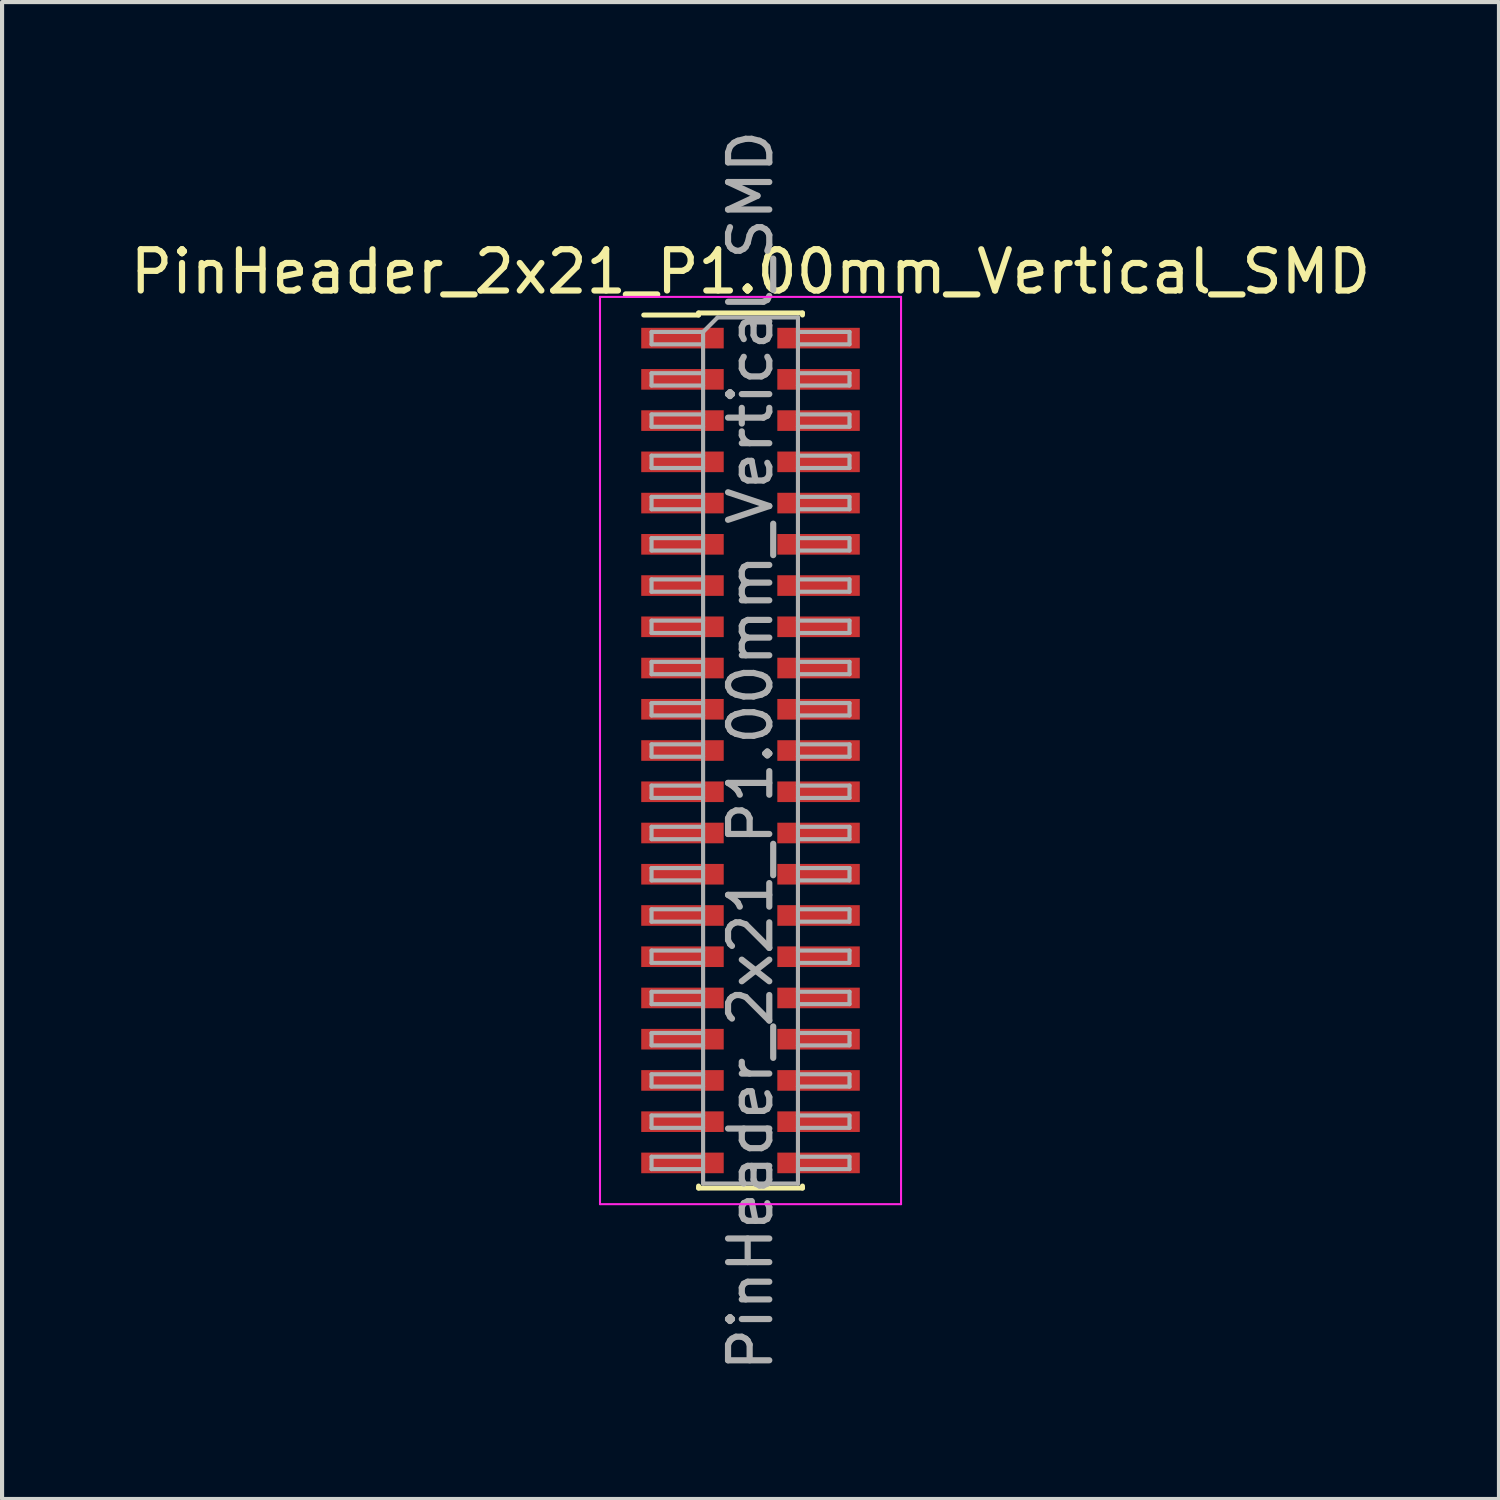
<source format=kicad_pcb>
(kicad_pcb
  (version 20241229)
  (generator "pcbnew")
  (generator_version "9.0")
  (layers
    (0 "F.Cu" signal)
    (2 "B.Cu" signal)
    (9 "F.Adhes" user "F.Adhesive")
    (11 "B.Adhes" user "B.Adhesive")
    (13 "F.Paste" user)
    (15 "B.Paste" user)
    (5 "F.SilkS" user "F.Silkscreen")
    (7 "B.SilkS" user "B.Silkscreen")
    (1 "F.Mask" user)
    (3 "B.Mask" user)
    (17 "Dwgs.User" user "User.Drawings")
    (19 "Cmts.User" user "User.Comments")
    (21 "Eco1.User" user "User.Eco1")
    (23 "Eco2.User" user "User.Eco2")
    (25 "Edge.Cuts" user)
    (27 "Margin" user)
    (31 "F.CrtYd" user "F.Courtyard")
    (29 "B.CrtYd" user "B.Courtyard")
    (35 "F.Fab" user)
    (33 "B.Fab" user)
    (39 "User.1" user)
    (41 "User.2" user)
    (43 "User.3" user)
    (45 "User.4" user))
  (footprint "PinHeader_2x21_P1.00mm_Vertical_SMD"
    (layer "F.Cu")
    (at 15.149 15.149)
    (property "Reference" "PinHeader_2x21_P1.00mm_Vertical_SMD" (at 0 -11.61 0) (layer "F.SilkS") (effects (font (size 1 1) (thickness 0.15))))
    (attr smd)
    (fp_line (start -2.59 -10.56) (end -1.26 -10.56) (stroke (width 0.12) (type solid)) (layer "F.SilkS"))
    (fp_line (start -1.26 -10.61) (end -1.26 -10.56) (stroke (width 0.12) (type solid)) (layer "F.SilkS"))
    (fp_line (start -1.26 -10.61) (end 1.26 -10.61) (stroke (width 0.12) (type solid)) (layer "F.SilkS"))
    (fp_line (start -1.26 10.56) (end -1.26 10.61) (stroke (width 0.12) (type solid)) (layer "F.SilkS"))
    (fp_line (start -1.26 10.61) (end 1.26 10.61) (stroke (width 0.12) (type solid)) (layer "F.SilkS"))
    (fp_line (start 1.26 -10.61) (end 1.26 -10.56) (stroke (width 0.12) (type solid)) (layer "F.SilkS"))
    (fp_line (start 1.26 10.56) (end 1.26 10.61) (stroke (width 0.12) (type solid)) (layer "F.SilkS"))
    (fp_line (start -3.65 -11) (end -3.65 11) (stroke (width 0.05) (type solid)) (layer "F.CrtYd"))
    (fp_line (start -3.65 11) (end 3.65 11) (stroke (width 0.05) (type solid)) (layer "F.CrtYd"))
    (fp_line (start 3.65 -11) (end -3.65 -11) (stroke (width 0.05) (type solid)) (layer "F.CrtYd"))
    (fp_line (start 3.65 11) (end 3.65 -11) (stroke (width 0.05) (type solid)) (layer "F.CrtYd"))
    (fp_line (start -2.4 -10.15) (end -2.4 -9.85) (stroke (width 0.1) (type solid)) (layer "F.Fab"))
    (fp_line (start -2.4 -9.85) (end -1.15 -9.85) (stroke (width 0.1) (type solid)) (layer "F.Fab"))
    (fp_line (start -2.4 -9.15) (end -2.4 -8.85) (stroke (width 0.1) (type solid)) (layer "F.Fab"))
    (fp_line (start -2.4 -8.85) (end -1.15 -8.85) (stroke (width 0.1) (type solid)) (layer "F.Fab"))
    (fp_line (start -2.4 -8.15) (end -2.4 -7.85) (stroke (width 0.1) (type solid)) (layer "F.Fab"))
    (fp_line (start -2.4 -7.85) (end -1.15 -7.85) (stroke (width 0.1) (type solid)) (layer "F.Fab"))
    (fp_line (start -2.4 -7.15) (end -2.4 -6.85) (stroke (width 0.1) (type solid)) (layer "F.Fab"))
    (fp_line (start -2.4 -6.85) (end -1.15 -6.85) (stroke (width 0.1) (type solid)) (layer "F.Fab"))
    (fp_line (start -2.4 -6.15) (end -2.4 -5.85) (stroke (width 0.1) (type solid)) (layer "F.Fab"))
    (fp_line (start -2.4 -5.85) (end -1.15 -5.85) (stroke (width 0.1) (type solid)) (layer "F.Fab"))
    (fp_line (start -2.4 -5.15) (end -2.4 -4.85) (stroke (width 0.1) (type solid)) (layer "F.Fab"))
    (fp_line (start -2.4 -4.85) (end -1.15 -4.85) (stroke (width 0.1) (type solid)) (layer "F.Fab"))
    (fp_line (start -2.4 -4.15) (end -2.4 -3.85) (stroke (width 0.1) (type solid)) (layer "F.Fab"))
    (fp_line (start -2.4 -3.85) (end -1.15 -3.85) (stroke (width 0.1) (type solid)) (layer "F.Fab"))
    (fp_line (start -2.4 -3.15) (end -2.4 -2.85) (stroke (width 0.1) (type solid)) (layer "F.Fab"))
    (fp_line (start -2.4 -2.85) (end -1.15 -2.85) (stroke (width 0.1) (type solid)) (layer "F.Fab"))
    (fp_line (start -2.4 -2.15) (end -2.4 -1.85) (stroke (width 0.1) (type solid)) (layer "F.Fab"))
    (fp_line (start -2.4 -1.85) (end -1.15 -1.85) (stroke (width 0.1) (type solid)) (layer "F.Fab"))
    (fp_line (start -2.4 -1.15) (end -2.4 -0.85) (stroke (width 0.1) (type solid)) (layer "F.Fab"))
    (fp_line (start -2.4 -0.85) (end -1.15 -0.85) (stroke (width 0.1) (type solid)) (layer "F.Fab"))
    (fp_line (start -2.4 -0.15) (end -2.4 0.15) (stroke (width 0.1) (type solid)) (layer "F.Fab"))
    (fp_line (start -2.4 0.15) (end -1.15 0.15) (stroke (width 0.1) (type solid)) (layer "F.Fab"))
    (fp_line (start -2.4 0.85) (end -2.4 1.15) (stroke (width 0.1) (type solid)) (layer "F.Fab"))
    (fp_line (start -2.4 1.15) (end -1.15 1.15) (stroke (width 0.1) (type solid)) (layer "F.Fab"))
    (fp_line (start -2.4 1.85) (end -2.4 2.15) (stroke (width 0.1) (type solid)) (layer "F.Fab"))
    (fp_line (start -2.4 2.15) (end -1.15 2.15) (stroke (width 0.1) (type solid)) (layer "F.Fab"))
    (fp_line (start -2.4 2.85) (end -2.4 3.15) (stroke (width 0.1) (type solid)) (layer "F.Fab"))
    (fp_line (start -2.4 3.15) (end -1.15 3.15) (stroke (width 0.1) (type solid)) (layer "F.Fab"))
    (fp_line (start -2.4 3.85) (end -2.4 4.15) (stroke (width 0.1) (type solid)) (layer "F.Fab"))
    (fp_line (start -2.4 4.15) (end -1.15 4.15) (stroke (width 0.1) (type solid)) (layer "F.Fab"))
    (fp_line (start -2.4 4.85) (end -2.4 5.15) (stroke (width 0.1) (type solid)) (layer "F.Fab"))
    (fp_line (start -2.4 5.15) (end -1.15 5.15) (stroke (width 0.1) (type solid)) (layer "F.Fab"))
    (fp_line (start -2.4 5.85) (end -2.4 6.15) (stroke (width 0.1) (type solid)) (layer "F.Fab"))
    (fp_line (start -2.4 6.15) (end -1.15 6.15) (stroke (width 0.1) (type solid)) (layer "F.Fab"))
    (fp_line (start -2.4 6.85) (end -2.4 7.15) (stroke (width 0.1) (type solid)) (layer "F.Fab"))
    (fp_line (start -2.4 7.15) (end -1.15 7.15) (stroke (width 0.1) (type solid)) (layer "F.Fab"))
    (fp_line (start -2.4 7.85) (end -2.4 8.15) (stroke (width 0.1) (type solid)) (layer "F.Fab"))
    (fp_line (start -2.4 8.15) (end -1.15 8.15) (stroke (width 0.1) (type solid)) (layer "F.Fab"))
    (fp_line (start -2.4 8.85) (end -2.4 9.15) (stroke (width 0.1) (type solid)) (layer "F.Fab"))
    (fp_line (start -2.4 9.15) (end -1.15 9.15) (stroke (width 0.1) (type solid)) (layer "F.Fab"))
    (fp_line (start -2.4 9.85) (end -2.4 10.15) (stroke (width 0.1) (type solid)) (layer "F.Fab"))
    (fp_line (start -2.4 10.15) (end -1.15 10.15) (stroke (width 0.1) (type solid)) (layer "F.Fab"))
    (fp_line (start -1.15 -10.15) (end -2.4 -10.15) (stroke (width 0.1) (type solid)) (layer "F.Fab"))
    (fp_line (start -1.15 -10.15) (end -0.8 -10.5) (stroke (width 0.1) (type solid)) (layer "F.Fab"))
    (fp_line (start -1.15 -9.15) (end -2.4 -9.15) (stroke (width 0.1) (type solid)) (layer "F.Fab"))
    (fp_line (start -1.15 -8.15) (end -2.4 -8.15) (stroke (width 0.1) (type solid)) (layer "F.Fab"))
    (fp_line (start -1.15 -7.15) (end -2.4 -7.15) (stroke (width 0.1) (type solid)) (layer "F.Fab"))
    (fp_line (start -1.15 -6.15) (end -2.4 -6.15) (stroke (width 0.1) (type solid)) (layer "F.Fab"))
    (fp_line (start -1.15 -5.15) (end -2.4 -5.15) (stroke (width 0.1) (type solid)) (layer "F.Fab"))
    (fp_line (start -1.15 -4.15) (end -2.4 -4.15) (stroke (width 0.1) (type solid)) (layer "F.Fab"))
    (fp_line (start -1.15 -3.15) (end -2.4 -3.15) (stroke (width 0.1) (type solid)) (layer "F.Fab"))
    (fp_line (start -1.15 -2.15) (end -2.4 -2.15) (stroke (width 0.1) (type solid)) (layer "F.Fab"))
    (fp_line (start -1.15 -1.15) (end -2.4 -1.15) (stroke (width 0.1) (type solid)) (layer "F.Fab"))
    (fp_line (start -1.15 -0.15) (end -2.4 -0.15) (stroke (width 0.1) (type solid)) (layer "F.Fab"))
    (fp_line (start -1.15 0.85) (end -2.4 0.85) (stroke (width 0.1) (type solid)) (layer "F.Fab"))
    (fp_line (start -1.15 1.85) (end -2.4 1.85) (stroke (width 0.1) (type solid)) (layer "F.Fab"))
    (fp_line (start -1.15 2.85) (end -2.4 2.85) (stroke (width 0.1) (type solid)) (layer "F.Fab"))
    (fp_line (start -1.15 3.85) (end -2.4 3.85) (stroke (width 0.1) (type solid)) (layer "F.Fab"))
    (fp_line (start -1.15 4.85) (end -2.4 4.85) (stroke (width 0.1) (type solid)) (layer "F.Fab"))
    (fp_line (start -1.15 5.85) (end -2.4 5.85) (stroke (width 0.1) (type solid)) (layer "F.Fab"))
    (fp_line (start -1.15 6.85) (end -2.4 6.85) (stroke (width 0.1) (type solid)) (layer "F.Fab"))
    (fp_line (start -1.15 7.85) (end -2.4 7.85) (stroke (width 0.1) (type solid)) (layer "F.Fab"))
    (fp_line (start -1.15 8.85) (end -2.4 8.85) (stroke (width 0.1) (type solid)) (layer "F.Fab"))
    (fp_line (start -1.15 9.85) (end -2.4 9.85) (stroke (width 0.1) (type solid)) (layer "F.Fab"))
    (fp_line (start -1.15 10.5) (end -1.15 -10.15) (stroke (width 0.1) (type solid)) (layer "F.Fab"))
    (fp_line (start -0.8 -10.5) (end 1.15 -10.5) (stroke (width 0.1) (type solid)) (layer "F.Fab"))
    (fp_line (start 1.15 -10.5) (end 1.15 10.5) (stroke (width 0.1) (type solid)) (layer "F.Fab"))
    (fp_line (start 1.15 -10.15) (end 2.4 -10.15) (stroke (width 0.1) (type solid)) (layer "F.Fab"))
    (fp_line (start 1.15 -9.15) (end 2.4 -9.15) (stroke (width 0.1) (type solid)) (layer "F.Fab"))
    (fp_line (start 1.15 -8.15) (end 2.4 -8.15) (stroke (width 0.1) (type solid)) (layer "F.Fab"))
    (fp_line (start 1.15 -7.15) (end 2.4 -7.15) (stroke (width 0.1) (type solid)) (layer "F.Fab"))
    (fp_line (start 1.15 -6.15) (end 2.4 -6.15) (stroke (width 0.1) (type solid)) (layer "F.Fab"))
    (fp_line (start 1.15 -5.15) (end 2.4 -5.15) (stroke (width 0.1) (type solid)) (layer "F.Fab"))
    (fp_line (start 1.15 -4.15) (end 2.4 -4.15) (stroke (width 0.1) (type solid)) (layer "F.Fab"))
    (fp_line (start 1.15 -3.15) (end 2.4 -3.15) (stroke (width 0.1) (type solid)) (layer "F.Fab"))
    (fp_line (start 1.15 -2.15) (end 2.4 -2.15) (stroke (width 0.1) (type solid)) (layer "F.Fab"))
    (fp_line (start 1.15 -1.15) (end 2.4 -1.15) (stroke (width 0.1) (type solid)) (layer "F.Fab"))
    (fp_line (start 1.15 -0.15) (end 2.4 -0.15) (stroke (width 0.1) (type solid)) (layer "F.Fab"))
    (fp_line (start 1.15 0.85) (end 2.4 0.85) (stroke (width 0.1) (type solid)) (layer "F.Fab"))
    (fp_line (start 1.15 1.85) (end 2.4 1.85) (stroke (width 0.1) (type solid)) (layer "F.Fab"))
    (fp_line (start 1.15 2.85) (end 2.4 2.85) (stroke (width 0.1) (type solid)) (layer "F.Fab"))
    (fp_line (start 1.15 3.85) (end 2.4 3.85) (stroke (width 0.1) (type solid)) (layer "F.Fab"))
    (fp_line (start 1.15 4.85) (end 2.4 4.85) (stroke (width 0.1) (type solid)) (layer "F.Fab"))
    (fp_line (start 1.15 5.85) (end 2.4 5.85) (stroke (width 0.1) (type solid)) (layer "F.Fab"))
    (fp_line (start 1.15 6.85) (end 2.4 6.85) (stroke (width 0.1) (type solid)) (layer "F.Fab"))
    (fp_line (start 1.15 7.85) (end 2.4 7.85) (stroke (width 0.1) (type solid)) (layer "F.Fab"))
    (fp_line (start 1.15 8.85) (end 2.4 8.85) (stroke (width 0.1) (type solid)) (layer "F.Fab"))
    (fp_line (start 1.15 9.85) (end 2.4 9.85) (stroke (width 0.1) (type solid)) (layer "F.Fab"))
    (fp_line (start 1.15 10.5) (end -1.15 10.5) (stroke (width 0.1) (type solid)) (layer "F.Fab"))
    (fp_line (start 2.4 -10.15) (end 2.4 -9.85) (stroke (width 0.1) (type solid)) (layer "F.Fab"))
    (fp_line (start 2.4 -9.85) (end 1.15 -9.85) (stroke (width 0.1) (type solid)) (layer "F.Fab"))
    (fp_line (start 2.4 -9.15) (end 2.4 -8.85) (stroke (width 0.1) (type solid)) (layer "F.Fab"))
    (fp_line (start 2.4 -8.85) (end 1.15 -8.85) (stroke (width 0.1) (type solid)) (layer "F.Fab"))
    (fp_line (start 2.4 -8.15) (end 2.4 -7.85) (stroke (width 0.1) (type solid)) (layer "F.Fab"))
    (fp_line (start 2.4 -7.85) (end 1.15 -7.85) (stroke (width 0.1) (type solid)) (layer "F.Fab"))
    (fp_line (start 2.4 -7.15) (end 2.4 -6.85) (stroke (width 0.1) (type solid)) (layer "F.Fab"))
    (fp_line (start 2.4 -6.85) (end 1.15 -6.85) (stroke (width 0.1) (type solid)) (layer "F.Fab"))
    (fp_line (start 2.4 -6.15) (end 2.4 -5.85) (stroke (width 0.1) (type solid)) (layer "F.Fab"))
    (fp_line (start 2.4 -5.85) (end 1.15 -5.85) (stroke (width 0.1) (type solid)) (layer "F.Fab"))
    (fp_line (start 2.4 -5.15) (end 2.4 -4.85) (stroke (width 0.1) (type solid)) (layer "F.Fab"))
    (fp_line (start 2.4 -4.85) (end 1.15 -4.85) (stroke (width 0.1) (type solid)) (layer "F.Fab"))
    (fp_line (start 2.4 -4.15) (end 2.4 -3.85) (stroke (width 0.1) (type solid)) (layer "F.Fab"))
    (fp_line (start 2.4 -3.85) (end 1.15 -3.85) (stroke (width 0.1) (type solid)) (layer "F.Fab"))
    (fp_line (start 2.4 -3.15) (end 2.4 -2.85) (stroke (width 0.1) (type solid)) (layer "F.Fab"))
    (fp_line (start 2.4 -2.85) (end 1.15 -2.85) (stroke (width 0.1) (type solid)) (layer "F.Fab"))
    (fp_line (start 2.4 -2.15) (end 2.4 -1.85) (stroke (width 0.1) (type solid)) (layer "F.Fab"))
    (fp_line (start 2.4 -1.85) (end 1.15 -1.85) (stroke (width 0.1) (type solid)) (layer "F.Fab"))
    (fp_line (start 2.4 -1.15) (end 2.4 -0.85) (stroke (width 0.1) (type solid)) (layer "F.Fab"))
    (fp_line (start 2.4 -0.85) (end 1.15 -0.85) (stroke (width 0.1) (type solid)) (layer "F.Fab"))
    (fp_line (start 2.4 -0.15) (end 2.4 0.15) (stroke (width 0.1) (type solid)) (layer "F.Fab"))
    (fp_line (start 2.4 0.15) (end 1.15 0.15) (stroke (width 0.1) (type solid)) (layer "F.Fab"))
    (fp_line (start 2.4 0.85) (end 2.4 1.15) (stroke (width 0.1) (type solid)) (layer "F.Fab"))
    (fp_line (start 2.4 1.15) (end 1.15 1.15) (stroke (width 0.1) (type solid)) (layer "F.Fab"))
    (fp_line (start 2.4 1.85) (end 2.4 2.15) (stroke (width 0.1) (type solid)) (layer "F.Fab"))
    (fp_line (start 2.4 2.15) (end 1.15 2.15) (stroke (width 0.1) (type solid)) (layer "F.Fab"))
    (fp_line (start 2.4 2.85) (end 2.4 3.15) (stroke (width 0.1) (type solid)) (layer "F.Fab"))
    (fp_line (start 2.4 3.15) (end 1.15 3.15) (stroke (width 0.1) (type solid)) (layer "F.Fab"))
    (fp_line (start 2.4 3.85) (end 2.4 4.15) (stroke (width 0.1) (type solid)) (layer "F.Fab"))
    (fp_line (start 2.4 4.15) (end 1.15 4.15) (stroke (width 0.1) (type solid)) (layer "F.Fab"))
    (fp_line (start 2.4 4.85) (end 2.4 5.15) (stroke (width 0.1) (type solid)) (layer "F.Fab"))
    (fp_line (start 2.4 5.15) (end 1.15 5.15) (stroke (width 0.1) (type solid)) (layer "F.Fab"))
    (fp_line (start 2.4 5.85) (end 2.4 6.15) (stroke (width 0.1) (type solid)) (layer "F.Fab"))
    (fp_line (start 2.4 6.15) (end 1.15 6.15) (stroke (width 0.1) (type solid)) (layer "F.Fab"))
    (fp_line (start 2.4 6.85) (end 2.4 7.15) (stroke (width 0.1) (type solid)) (layer "F.Fab"))
    (fp_line (start 2.4 7.15) (end 1.15 7.15) (stroke (width 0.1) (type solid)) (layer "F.Fab"))
    (fp_line (start 2.4 7.85) (end 2.4 8.15) (stroke (width 0.1) (type solid)) (layer "F.Fab"))
    (fp_line (start 2.4 8.15) (end 1.15 8.15) (stroke (width 0.1) (type solid)) (layer "F.Fab"))
    (fp_line (start 2.4 8.85) (end 2.4 9.15) (stroke (width 0.1) (type solid)) (layer "F.Fab"))
    (fp_line (start 2.4 9.15) (end 1.15 9.15) (stroke (width 0.1) (type solid)) (layer "F.Fab"))
    (fp_line (start 2.4 9.85) (end 2.4 10.15) (stroke (width 0.1) (type solid)) (layer "F.Fab"))
    (fp_line (start 2.4 10.15) (end 1.15 10.15) (stroke (width 0.1) (type solid)) (layer "F.Fab"))
    (fp_text user "${REFERENCE}" (at 0 0 90) (layer "F.Fab") (effects (font (size 1 1) (thickness 0.15))))
    (pad "1" smd rect (at -1.65 -10) (size 2 0.5) (layers "F.Cu" "F.Mask" "F.Paste"))
    (pad "2" smd rect (at 1.65 -10) (size 2 0.5) (layers "F.Cu" "F.Mask" "F.Paste"))
    (pad "3" smd rect (at -1.65 -9) (size 2 0.5) (layers "F.Cu" "F.Mask" "F.Paste"))
    (pad "4" smd rect (at 1.65 -9) (size 2 0.5) (layers "F.Cu" "F.Mask" "F.Paste"))
    (pad "5" smd rect (at -1.65 -8) (size 2 0.5) (layers "F.Cu" "F.Mask" "F.Paste"))
    (pad "6" smd rect (at 1.65 -8) (size 2 0.5) (layers "F.Cu" "F.Mask" "F.Paste"))
    (pad "7" smd rect (at -1.65 -7) (size 2 0.5) (layers "F.Cu" "F.Mask" "F.Paste"))
    (pad "8" smd rect (at 1.65 -7) (size 2 0.5) (layers "F.Cu" "F.Mask" "F.Paste"))
    (pad "9" smd rect (at -1.65 -6) (size 2 0.5) (layers "F.Cu" "F.Mask" "F.Paste"))
    (pad "10" smd rect (at 1.65 -6) (size 2 0.5) (layers "F.Cu" "F.Mask" "F.Paste"))
    (pad "11" smd rect (at -1.65 -5) (size 2 0.5) (layers "F.Cu" "F.Mask" "F.Paste"))
    (pad "12" smd rect (at 1.65 -5) (size 2 0.5) (layers "F.Cu" "F.Mask" "F.Paste"))
    (pad "13" smd rect (at -1.65 -4) (size 2 0.5) (layers "F.Cu" "F.Mask" "F.Paste"))
    (pad "14" smd rect (at 1.65 -4) (size 2 0.5) (layers "F.Cu" "F.Mask" "F.Paste"))
    (pad "15" smd rect (at -1.65 -3) (size 2 0.5) (layers "F.Cu" "F.Mask" "F.Paste"))
    (pad "16" smd rect (at 1.65 -3) (size 2 0.5) (layers "F.Cu" "F.Mask" "F.Paste"))
    (pad "17" smd rect (at -1.65 -2) (size 2 0.5) (layers "F.Cu" "F.Mask" "F.Paste"))
    (pad "18" smd rect (at 1.65 -2) (size 2 0.5) (layers "F.Cu" "F.Mask" "F.Paste"))
    (pad "19" smd rect (at -1.65 -1) (size 2 0.5) (layers "F.Cu" "F.Mask" "F.Paste"))
    (pad "20" smd rect (at 1.65 -1) (size 2 0.5) (layers "F.Cu" "F.Mask" "F.Paste"))
    (pad "21" smd rect (at -1.65 0) (size 2 0.5) (layers "F.Cu" "F.Mask" "F.Paste"))
    (pad "22" smd rect (at 1.65 0) (size 2 0.5) (layers "F.Cu" "F.Mask" "F.Paste"))
    (pad "23" smd rect (at -1.65 1) (size 2 0.5) (layers "F.Cu" "F.Mask" "F.Paste"))
    (pad "24" smd rect (at 1.65 1) (size 2 0.5) (layers "F.Cu" "F.Mask" "F.Paste"))
    (pad "25" smd rect (at -1.65 2) (size 2 0.5) (layers "F.Cu" "F.Mask" "F.Paste"))
    (pad "26" smd rect (at 1.65 2) (size 2 0.5) (layers "F.Cu" "F.Mask" "F.Paste"))
    (pad "27" smd rect (at -1.65 3) (size 2 0.5) (layers "F.Cu" "F.Mask" "F.Paste"))
    (pad "28" smd rect (at 1.65 3) (size 2 0.5) (layers "F.Cu" "F.Mask" "F.Paste"))
    (pad "29" smd rect (at -1.65 4) (size 2 0.5) (layers "F.Cu" "F.Mask" "F.Paste"))
    (pad "30" smd rect (at 1.65 4) (size 2 0.5) (layers "F.Cu" "F.Mask" "F.Paste"))
    (pad "31" smd rect (at -1.65 5) (size 2 0.5) (layers "F.Cu" "F.Mask" "F.Paste"))
    (pad "32" smd rect (at 1.65 5) (size 2 0.5) (layers "F.Cu" "F.Mask" "F.Paste"))
    (pad "33" smd rect (at -1.65 6) (size 2 0.5) (layers "F.Cu" "F.Mask" "F.Paste"))
    (pad "34" smd rect (at 1.65 6) (size 2 0.5) (layers "F.Cu" "F.Mask" "F.Paste"))
    (pad "35" smd rect (at -1.65 7) (size 2 0.5) (layers "F.Cu" "F.Mask" "F.Paste"))
    (pad "36" smd rect (at 1.65 7) (size 2 0.5) (layers "F.Cu" "F.Mask" "F.Paste"))
    (pad "37" smd rect (at -1.65 8) (size 2 0.5) (layers "F.Cu" "F.Mask" "F.Paste"))
    (pad "38" smd rect (at 1.65 8) (size 2 0.5) (layers "F.Cu" "F.Mask" "F.Paste"))
    (pad "39" smd rect (at -1.65 9) (size 2 0.5) (layers "F.Cu" "F.Mask" "F.Paste"))
    (pad "40" smd rect (at 1.65 9) (size 2 0.5) (layers "F.Cu" "F.Mask" "F.Paste"))
    (pad "41" smd rect (at -1.65 10) (size 2 0.5) (layers "F.Cu" "F.Mask" "F.Paste"))
    (pad "42" smd rect (at 1.65 10) (size 2 0.5) (layers "F.Cu" "F.Mask" "F.Paste")))
  (gr_rect
    (start -3 -3)
    (end 33.298 33.298)
    (stroke (width 0.1) (type default))
    (fill no)
    (layer "Edge.Cuts")))
</source>
